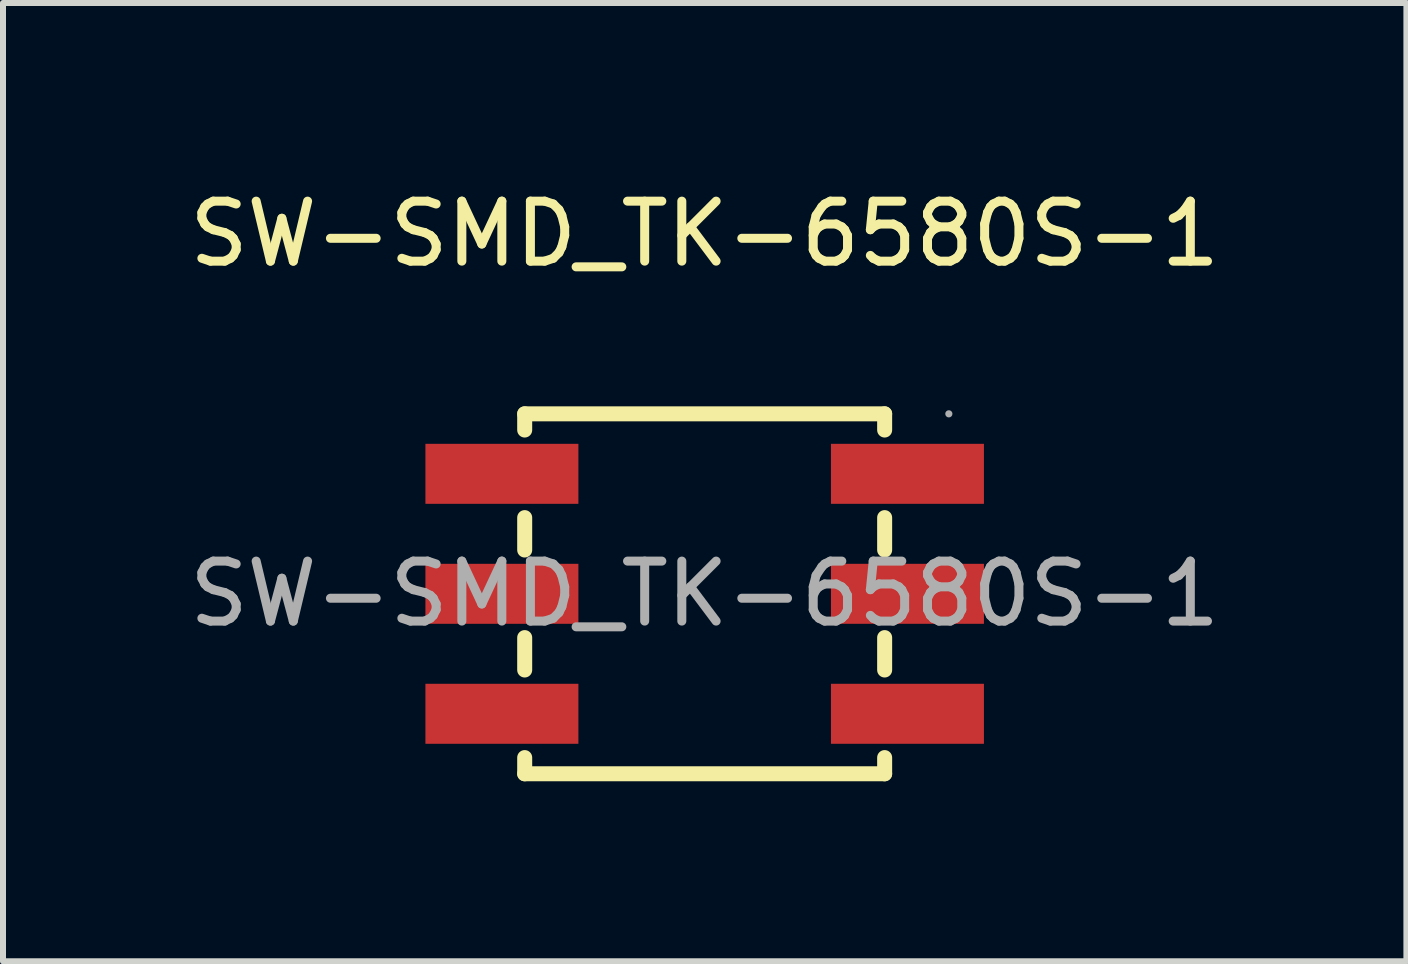
<source format=kicad_pcb>
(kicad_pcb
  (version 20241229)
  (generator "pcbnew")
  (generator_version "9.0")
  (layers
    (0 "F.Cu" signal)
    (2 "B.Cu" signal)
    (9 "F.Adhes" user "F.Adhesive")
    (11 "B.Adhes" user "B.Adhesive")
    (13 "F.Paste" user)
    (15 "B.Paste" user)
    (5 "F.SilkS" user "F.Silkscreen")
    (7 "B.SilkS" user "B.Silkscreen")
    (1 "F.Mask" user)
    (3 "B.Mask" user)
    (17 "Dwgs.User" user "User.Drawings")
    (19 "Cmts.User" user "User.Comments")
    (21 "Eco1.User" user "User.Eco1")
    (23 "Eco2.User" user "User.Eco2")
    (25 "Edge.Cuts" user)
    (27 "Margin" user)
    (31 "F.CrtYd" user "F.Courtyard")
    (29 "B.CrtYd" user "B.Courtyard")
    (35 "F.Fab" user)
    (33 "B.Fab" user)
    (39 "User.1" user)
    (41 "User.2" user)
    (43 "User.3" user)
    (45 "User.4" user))
  (footprint "SW-SMD_TK-6580S-1"
    (layer "F.Cu")
    (at 8.696 6.848)
    (property "Reference" "SW-SMD_TK-6580S-1" (at 0 -6 0) (layer "F.SilkS") (effects (font (size 1 1) (thickness 0.15))))
    (attr smd)
    (fp_line (start -3 -3) (end 3 -3) (stroke (width 0.25) (type solid)) (layer "F.SilkS"))
    (fp_line (start -3 -2.73) (end -3 -3) (stroke (width 0.25) (type solid)) (layer "F.SilkS"))
    (fp_line (start -3 -0.73) (end -3 -1.27) (stroke (width 0.25) (type solid)) (layer "F.SilkS"))
    (fp_line (start -3 1.27) (end -3 0.73) (stroke (width 0.25) (type solid)) (layer "F.SilkS"))
    (fp_line (start -3 3) (end -3 2.73) (stroke (width 0.25) (type solid)) (layer "F.SilkS"))
    (fp_line (start 3 -3) (end 3 -2.73) (stroke (width 0.25) (type solid)) (layer "F.SilkS"))
    (fp_line (start 3 -1.27) (end 3 -0.73) (stroke (width 0.25) (type solid)) (layer "F.SilkS"))
    (fp_line (start 3 0.73) (end 3 1.27) (stroke (width 0.25) (type solid)) (layer "F.SilkS"))
    (fp_line (start 3 2.73) (end 3 3) (stroke (width 0.25) (type solid)) (layer "F.SilkS"))
    (fp_line (start 3 3) (end -3 3) (stroke (width 0.25) (type solid)) (layer "F.SilkS"))
    (fp_circle (center 4.07 -3) (end 4.1 -3) (stroke (width 0.06) (type solid)) (fill no) (layer "F.Fab"))
    (fp_text user "${REFERENCE}" (at 0 0 0) (layer "F.Fab") (effects (font (size 1 1) (thickness 0.15))))
    (pad "1" smd rect (at 3.38 -2 90) (size 1 2.55) (layers "F.Cu" "F.Mask" "F.Paste"))
    (pad "2" smd rect (at 3.38 0 90) (size 1 2.55) (layers "F.Cu" "F.Mask" "F.Paste"))
    (pad "3" smd rect (at 3.38 2 90) (size 1 2.55) (layers "F.Cu" "F.Mask" "F.Paste"))
    (pad "4" smd rect (at -3.38 -2 90) (size 1 2.55) (layers "F.Cu" "F.Mask" "F.Paste"))
    (pad "5" smd rect (at -3.38 0 90) (size 1 2.55) (layers "F.Cu" "F.Mask" "F.Paste"))
    (pad "6" smd rect (at -3.38 2 90) (size 1 2.55) (layers "F.Cu" "F.Mask" "F.Paste")))
  (gr_rect
    (start -3 -3)
    (end 20.393 12.973)
    (stroke (width 0.1) (type default))
    (fill no)
    (layer "Edge.Cuts")))
</source>
